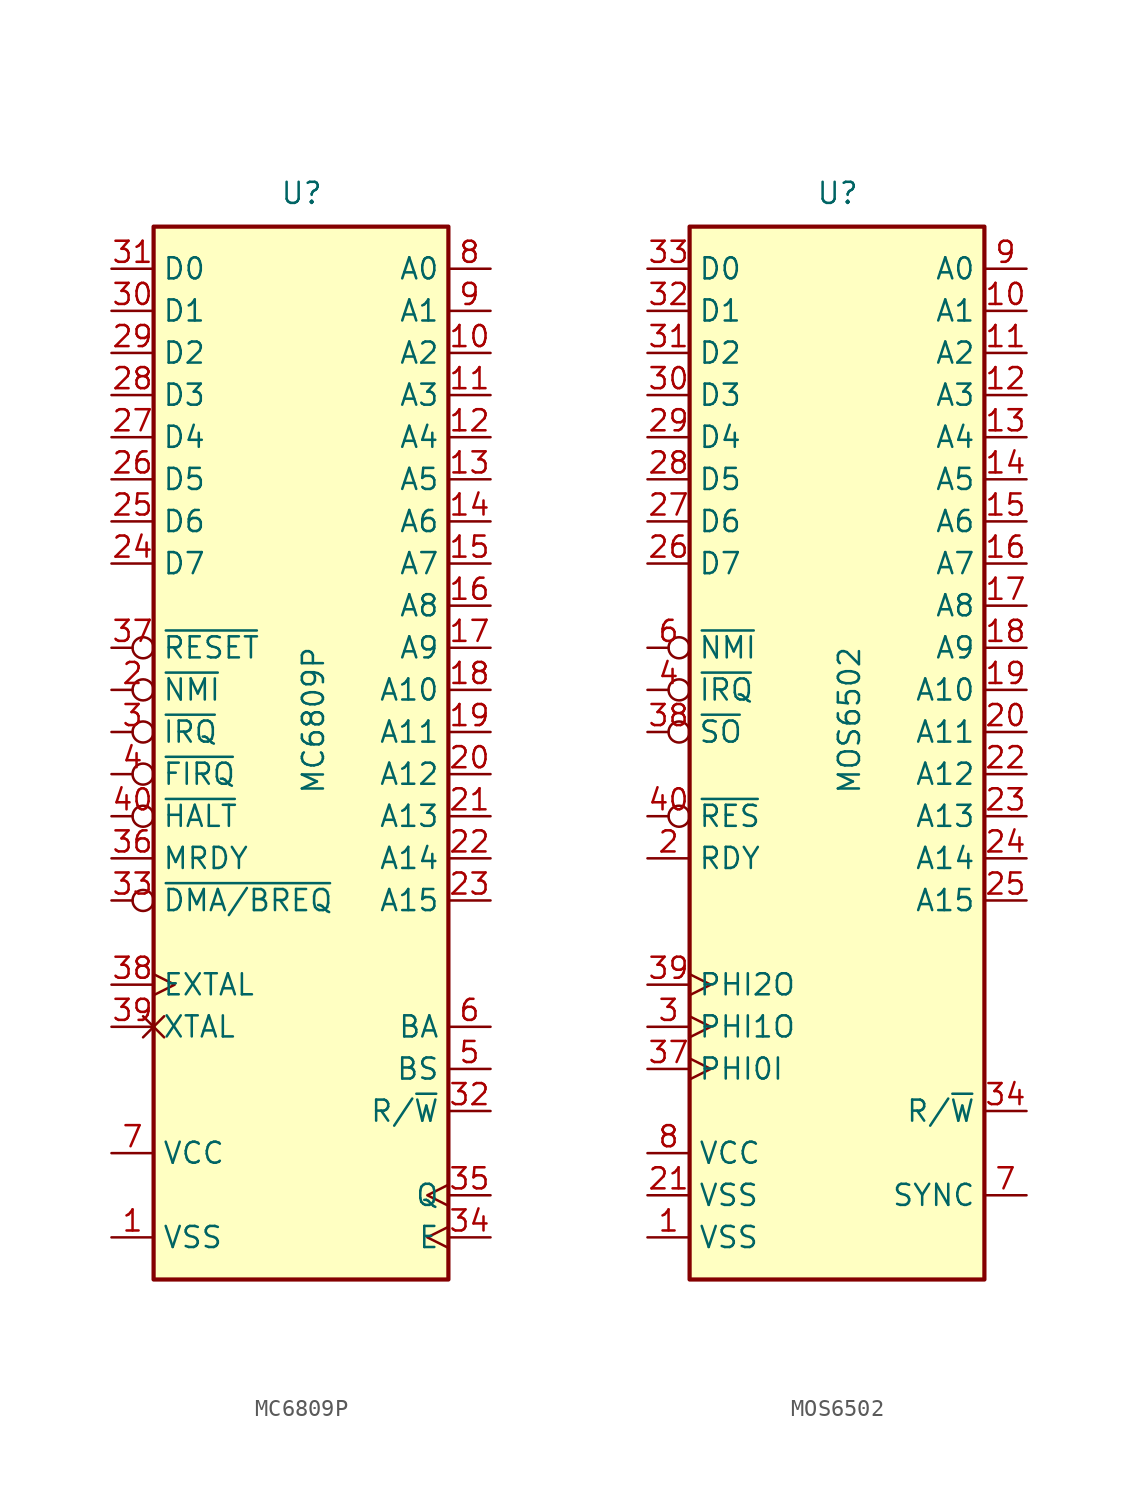
<source format=kicad_sym>
(kicad_symbol_lib
  (version 20211014)
  (generator kicad_symbol_editor)
  (symbol "MC6809P"
    (property "Reference" "U"
      (at -1.27 31.75 0)
      (effects (font (size 1.27 1.27)) (justify left bottom)))
    (property "Value" "MC6809P"
      (at 0 -3.81 90)
      (effects (font (size 1.27 1.27)) (justify left top)))
    (symbol "MC6809P_0_1"
      (rectangle (start -8.89 -33.02) (end 8.89 30.48) (stroke (width 0.254) (type default) (color 0 0 0 0)) (fill (type background))))
    (symbol "MC6809P_1_1"
      (pin power_in line (at -11.43 -30.48 0) (length 2.54) (name "VSS" (effects (font (size 1.27 1.27)))) (number "1" (effects (font (size 1.27 1.27)))))
      (pin output line (at 11.43 22.86 180) (length 2.54) (name "A2" (effects (font (size 1.27 1.27)))) (number "10" (effects (font (size 1.27 1.27)))))
      (pin output line (at 11.43 20.32 180) (length 2.54) (name "A3" (effects (font (size 1.27 1.27)))) (number "11" (effects (font (size 1.27 1.27)))))
      (pin output line (at 11.43 17.78 180) (length 2.54) (name "A4" (effects (font (size 1.27 1.27)))) (number "12" (effects (font (size 1.27 1.27)))))
      (pin output line (at 11.43 15.24 180) (length 2.54) (name "A5" (effects (font (size 1.27 1.27)))) (number "13" (effects (font (size 1.27 1.27)))))
      (pin output line (at 11.43 12.7 180) (length 2.54) (name "A6" (effects (font (size 1.27 1.27)))) (number "14" (effects (font (size 1.27 1.27)))))
      (pin output line (at 11.43 10.16 180) (length 2.54) (name "A7" (effects (font (size 1.27 1.27)))) (number "15" (effects (font (size 1.27 1.27)))))
      (pin output line (at 11.43 7.62 180) (length 2.54) (name "A8" (effects (font (size 1.27 1.27)))) (number "16" (effects (font (size 1.27 1.27)))))
      (pin output line (at 11.43 5.08 180) (length 2.54) (name "A9" (effects (font (size 1.27 1.27)))) (number "17" (effects (font (size 1.27 1.27)))))
      (pin output line (at 11.43 2.54 180) (length 2.54) (name "A10" (effects (font (size 1.27 1.27)))) (number "18" (effects (font (size 1.27 1.27)))))
      (pin output line (at 11.43 0 180) (length 2.54) (name "A11" (effects (font (size 1.27 1.27)))) (number "19" (effects (font (size 1.27 1.27)))))
      (pin input inverted (at -11.43 2.54 0) (length 2.54) (name "~{NMI}" (effects (font (size 1.27 1.27)))) (number "2" (effects (font (size 1.27 1.27)))))
      (pin output line (at 11.43 -2.54 180) (length 2.54) (name "A12" (effects (font (size 1.27 1.27)))) (number "20" (effects (font (size 1.27 1.27)))))
      (pin output line (at 11.43 -5.08 180) (length 2.54) (name "A13" (effects (font (size 1.27 1.27)))) (number "21" (effects (font (size 1.27 1.27)))))
      (pin output line (at 11.43 -7.62 180) (length 2.54) (name "A14" (effects (font (size 1.27 1.27)))) (number "22" (effects (font (size 1.27 1.27)))))
      (pin output line (at 11.43 -10.16 180) (length 2.54) (name "A15" (effects (font (size 1.27 1.27)))) (number "23" (effects (font (size 1.27 1.27)))))
      (pin bidirectional line (at -11.43 10.16 0) (length 2.54) (name "D7" (effects (font (size 1.27 1.27)))) (number "24" (effects (font (size 1.27 1.27)))))
      (pin bidirectional line (at -11.43 12.7 0) (length 2.54) (name "D6" (effects (font (size 1.27 1.27)))) (number "25" (effects (font (size 1.27 1.27)))))
      (pin bidirectional line (at -11.43 15.24 0) (length 2.54) (name "D5" (effects (font (size 1.27 1.27)))) (number "26" (effects (font (size 1.27 1.27)))))
      (pin bidirectional line (at -11.43 17.78 0) (length 2.54) (name "D4" (effects (font (size 1.27 1.27)))) (number "27" (effects (font (size 1.27 1.27)))))
      (pin bidirectional line (at -11.43 20.32 0) (length 2.54) (name "D3" (effects (font (size 1.27 1.27)))) (number "28" (effects (font (size 1.27 1.27)))))
      (pin bidirectional line (at -11.43 22.86 0) (length 2.54) (name "D2" (effects (font (size 1.27 1.27)))) (number "29" (effects (font (size 1.27 1.27)))))
      (pin input inverted (at -11.43 0 0) (length 2.54) (name "~{IRQ}" (effects (font (size 1.27 1.27)))) (number "3" (effects (font (size 1.27 1.27)))))
      (pin bidirectional line (at -11.43 25.4 0) (length 2.54) (name "D1" (effects (font (size 1.27 1.27)))) (number "30" (effects (font (size 1.27 1.27)))))
      (pin bidirectional line (at -11.43 27.94 0) (length 2.54) (name "D0" (effects (font (size 1.27 1.27)))) (number "31" (effects (font (size 1.27 1.27)))))
      (pin output line (at 11.43 -22.86 180) (length 2.54) (name "R/~{W}" (effects (font (size 1.27 1.27)))) (number "32" (effects (font (size 1.27 1.27)))))
      (pin input inverted (at -11.43 -10.16 0) (length 2.54) (name "~{DMA/BREQ}" (effects (font (size 1.27 1.27)))) (number "33" (effects (font (size 1.27 1.27)))))
      (pin output clock (at 11.43 -30.48 180) (length 2.54) (name "E" (effects (font (size 1.27 1.27)))) (number "34" (effects (font (size 1.27 1.27)))))
      (pin output clock (at 11.43 -27.94 180) (length 2.54) (name "Q" (effects (font (size 1.27 1.27)))) (number "35" (effects (font (size 1.27 1.27)))))
      (pin input line (at -11.43 -7.62 0) (length 2.54) (name "MRDY" (effects (font (size 1.27 1.27)))) (number "36" (effects (font (size 1.27 1.27)))))
      (pin input inverted (at -11.43 5.08 0) (length 2.54) (name "~{RESET}" (effects (font (size 1.27 1.27)))) (number "37" (effects (font (size 1.27 1.27)))))
      (pin input clock (at -11.43 -15.24 0) (length 2.54) (name "EXTAL" (effects (font (size 1.27 1.27)))) (number "38" (effects (font (size 1.27 1.27)))))
      (pin passive non_logic (at -11.43 -17.78 0) (length 2.54) (name "XTAL" (effects (font (size 1.27 1.27)))) (number "39" (effects (font (size 1.27 1.27)))))
      (pin input inverted (at -11.43 -2.54 0) (length 2.54) (name "~{FIRQ}" (effects (font (size 1.27 1.27)))) (number "4" (effects (font (size 1.27 1.27)))))
      (pin input inverted (at -11.43 -5.08 0) (length 2.54) (name "~{HALT}" (effects (font (size 1.27 1.27)))) (number "40" (effects (font (size 1.27 1.27)))))
      (pin output line (at 11.43 -20.32 180) (length 2.54) (name "BS" (effects (font (size 1.27 1.27)))) (number "5" (effects (font (size 1.27 1.27)))))
      (pin output line (at 11.43 -17.78 180) (length 2.54) (name "BA" (effects (font (size 1.27 1.27)))) (number "6" (effects (font (size 1.27 1.27)))))
      (pin power_in line (at -11.43 -25.4 0) (length 2.54) (name "VCC" (effects (font (size 1.27 1.27)))) (number "7" (effects (font (size 1.27 1.27)))))
      (pin output line (at 11.43 27.94 180) (length 2.54) (name "A0" (effects (font (size 1.27 1.27)))) (number "8" (effects (font (size 1.27 1.27)))))
      (pin output line (at 11.43 25.4 180) (length 2.54) (name "A1" (effects (font (size 1.27 1.27)))) (number "9" (effects (font (size 1.27 1.27)))))))
  (symbol "MOS6502"
    (property "Reference" "U"
      (at -1.27 31.75 0)
      (effects (font (size 1.27 1.27)) (justify left bottom)))
    (property "Value" "MOS6502"
      (at 0 -3.81 90)
      (effects (font (size 1.27 1.27)) (justify left top)))
    (symbol "MOS6502_0_1"
      (rectangle (start -8.89 -33.02) (end 8.89 30.48) (stroke (width 0.254) (type default) (color 0 0 0 0)) (fill (type background))))
    (symbol "MOS6502_1_1"
      (pin power_in line (at -11.43 -30.48 0) (length 2.54) (name "VSS" (effects (font (size 1.27 1.27)))) (number "1" (effects (font (size 1.27 1.27)))))
      (pin output line (at 11.43 25.4 180) (length 2.54) (name "A1" (effects (font (size 1.27 1.27)))) (number "10" (effects (font (size 1.27 1.27)))))
      (pin output line (at 11.43 22.86 180) (length 2.54) (name "A2" (effects (font (size 1.27 1.27)))) (number "11" (effects (font (size 1.27 1.27)))))
      (pin output line (at 11.43 20.32 180) (length 2.54) (name "A3" (effects (font (size 1.27 1.27)))) (number "12" (effects (font (size 1.27 1.27)))))
      (pin output line (at 11.43 17.78 180) (length 2.54) (name "A4" (effects (font (size 1.27 1.27)))) (number "13" (effects (font (size 1.27 1.27)))))
      (pin output line (at 11.43 15.24 180) (length 2.54) (name "A5" (effects (font (size 1.27 1.27)))) (number "14" (effects (font (size 1.27 1.27)))))
      (pin output line (at 11.43 12.7 180) (length 2.54) (name "A6" (effects (font (size 1.27 1.27)))) (number "15" (effects (font (size 1.27 1.27)))))
      (pin output line (at 11.43 10.16 180) (length 2.54) (name "A7" (effects (font (size 1.27 1.27)))) (number "16" (effects (font (size 1.27 1.27)))))
      (pin output line (at 11.43 7.62 180) (length 2.54) (name "A8" (effects (font (size 1.27 1.27)))) (number "17" (effects (font (size 1.27 1.27)))))
      (pin output line (at 11.43 5.08 180) (length 2.54) (name "A9" (effects (font (size 1.27 1.27)))) (number "18" (effects (font (size 1.27 1.27)))))
      (pin output line (at 11.43 2.54 180) (length 2.54) (name "A10" (effects (font (size 1.27 1.27)))) (number "19" (effects (font (size 1.27 1.27)))))
      (pin input line (at -11.43 -7.62 0) (length 2.54) (name "RDY" (effects (font (size 1.27 1.27)))) (number "2" (effects (font (size 1.27 1.27)))))
      (pin output line (at 11.43 0 180) (length 2.54) (name "A11" (effects (font (size 1.27 1.27)))) (number "20" (effects (font (size 1.27 1.27)))))
      (pin power_in line (at -11.43 -27.94 0) (length 2.54) (name "VSS" (effects (font (size 1.27 1.27)))) (number "21" (effects (font (size 1.27 1.27)))))
      (pin output line (at 11.43 -2.54 180) (length 2.54) (name "A12" (effects (font (size 1.27 1.27)))) (number "22" (effects (font (size 1.27 1.27)))))
      (pin output line (at 11.43 -5.08 180) (length 2.54) (name "A13" (effects (font (size 1.27 1.27)))) (number "23" (effects (font (size 1.27 1.27)))))
      (pin output line (at 11.43 -7.62 180) (length 2.54) (name "A14" (effects (font (size 1.27 1.27)))) (number "24" (effects (font (size 1.27 1.27)))))
      (pin output line (at 11.43 -10.16 180) (length 2.54) (name "A15" (effects (font (size 1.27 1.27)))) (number "25" (effects (font (size 1.27 1.27)))))
      (pin bidirectional line (at -11.43 10.16 0) (length 2.54) (name "D7" (effects (font (size 1.27 1.27)))) (number "26" (effects (font (size 1.27 1.27)))))
      (pin bidirectional line (at -11.43 12.7 0) (length 2.54) (name "D6" (effects (font (size 1.27 1.27)))) (number "27" (effects (font (size 1.27 1.27)))))
      (pin bidirectional line (at -11.43 15.24 0) (length 2.54) (name "D5" (effects (font (size 1.27 1.27)))) (number "28" (effects (font (size 1.27 1.27)))))
      (pin bidirectional line (at -11.43 17.78 0) (length 2.54) (name "D4" (effects (font (size 1.27 1.27)))) (number "29" (effects (font (size 1.27 1.27)))))
      (pin output clock (at -11.43 -17.78 0) (length 2.54) (name "PHI1O" (effects (font (size 1.27 1.27)))) (number "3" (effects (font (size 1.27 1.27)))))
      (pin bidirectional line (at -11.43 20.32 0) (length 2.54) (name "D3" (effects (font (size 1.27 1.27)))) (number "30" (effects (font (size 1.27 1.27)))))
      (pin bidirectional line (at -11.43 22.86 0) (length 2.54) (name "D2" (effects (font (size 1.27 1.27)))) (number "31" (effects (font (size 1.27 1.27)))))
      (pin bidirectional line (at -11.43 25.4 0) (length 2.54) (name "D1" (effects (font (size 1.27 1.27)))) (number "32" (effects (font (size 1.27 1.27)))))
      (pin bidirectional line (at -11.43 27.94 0) (length 2.54) (name "D0" (effects (font (size 1.27 1.27)))) (number "33" (effects (font (size 1.27 1.27)))))
      (pin output line (at 11.43 -22.86 180) (length 2.54) (name "R/~{W}" (effects (font (size 1.27 1.27)))) (number "34" (effects (font (size 1.27 1.27)))))
      (pin input clock (at -11.43 -20.32 0) (length 2.54) (name "PHI0I" (effects (font (size 1.27 1.27)))) (number "37" (effects (font (size 1.27 1.27)))))
      (pin input inverted (at -11.43 0 0) (length 2.54) (name "~{SO}" (effects (font (size 1.27 1.27)))) (number "38" (effects (font (size 1.27 1.27)))))
      (pin output clock (at -11.43 -15.24 0) (length 2.54) (name "PHI2O" (effects (font (size 1.27 1.27)))) (number "39" (effects (font (size 1.27 1.27)))))
      (pin input inverted (at -11.43 2.54 0) (length 2.54) (name "~{IRQ}" (effects (font (size 1.27 1.27)))) (number "4" (effects (font (size 1.27 1.27)))))
      (pin input inverted (at -11.43 -5.08 0) (length 2.54) (name "~{RES}" (effects (font (size 1.27 1.27)))) (number "40" (effects (font (size 1.27 1.27)))))
      (pin input inverted (at -11.43 5.08 0) (length 2.54) (name "~{NMI}" (effects (font (size 1.27 1.27)))) (number "6" (effects (font (size 1.27 1.27)))))
      (pin output line (at 11.43 -27.94 180) (length 2.54) (name "SYNC" (effects (font (size 1.27 1.27)))) (number "7" (effects (font (size 1.27 1.27)))))
      (pin power_in line (at -11.43 -25.4 0) (length 2.54) (name "VCC" (effects (font (size 1.27 1.27)))) (number "8" (effects (font (size 1.27 1.27)))))
      (pin output line (at 11.43 27.94 180) (length 2.54) (name "A0" (effects (font (size 1.27 1.27)))) (number "9" (effects (font (size 1.27 1.27))))))))
</source>
